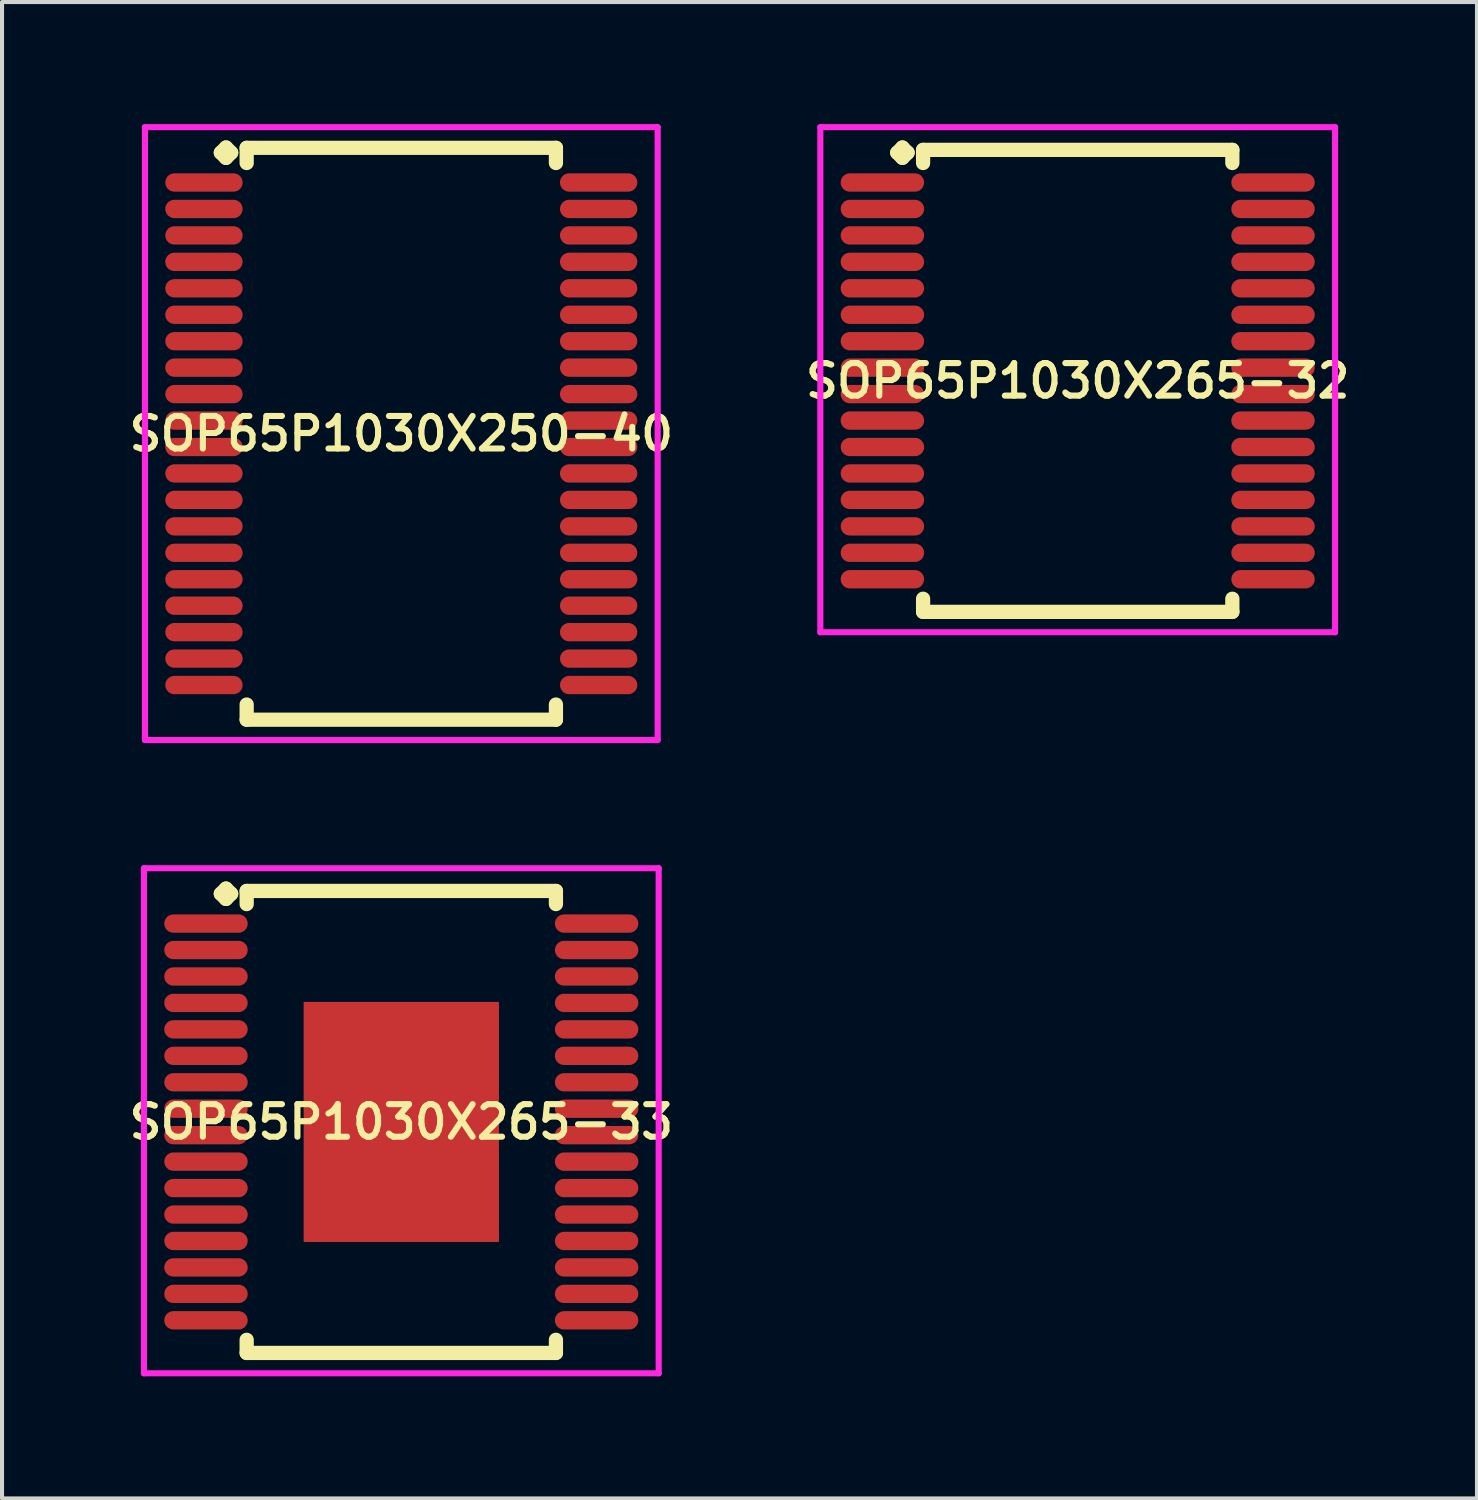
<source format=kicad_pcb>
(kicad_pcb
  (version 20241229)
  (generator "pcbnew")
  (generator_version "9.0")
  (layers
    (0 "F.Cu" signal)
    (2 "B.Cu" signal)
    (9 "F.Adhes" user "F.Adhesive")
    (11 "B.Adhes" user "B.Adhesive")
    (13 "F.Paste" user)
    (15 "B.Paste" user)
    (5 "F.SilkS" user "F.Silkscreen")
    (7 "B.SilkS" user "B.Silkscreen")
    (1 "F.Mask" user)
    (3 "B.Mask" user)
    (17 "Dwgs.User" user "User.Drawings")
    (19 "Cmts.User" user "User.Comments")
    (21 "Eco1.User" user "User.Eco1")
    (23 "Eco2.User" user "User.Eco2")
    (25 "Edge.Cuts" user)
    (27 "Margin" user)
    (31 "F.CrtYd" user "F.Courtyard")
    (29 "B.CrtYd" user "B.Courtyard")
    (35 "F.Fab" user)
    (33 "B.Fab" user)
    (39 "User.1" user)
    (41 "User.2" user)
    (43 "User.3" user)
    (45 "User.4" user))
  (footprint "SOP65P1030X265-33"
    (layer "F.Cu")
    (at 6.812 24.522)
    (property "Reference" "SOP65P1030X265-33" (at 0 0 0) (layer "F.SilkS") (effects (font (size 0.8 0.8) (thickness 0.15))))
    (attr smd)
    (fp_line (start -4.435 -5.608) (end -4.308 -5.735) (stroke (width 0.35) (type solid)) (layer "F.SilkS"))
    (fp_line (start -4.308 -5.735) (end -4.181 -5.608) (stroke (width 0.35) (type solid)) (layer "F.SilkS"))
    (fp_line (start -4.308 -5.481) (end -4.435 -5.608) (stroke (width 0.35) (type solid)) (layer "F.SilkS"))
    (fp_line (start -4.181 -5.608) (end -4.308 -5.481) (stroke (width 0.35) (type solid)) (layer "F.SilkS"))
    (fp_line (start -3.8 -5.677) (end 3.8 -5.677) (stroke (width 0.35) (type solid)) (layer "F.SilkS"))
    (fp_line (start -3.8 -5.354) (end -3.8 -5.677) (stroke (width 0.35) (type solid)) (layer "F.SilkS"))
    (fp_line (start -3.8 5.354) (end -3.8 5.677) (stroke (width 0.35) (type solid)) (layer "F.SilkS"))
    (fp_line (start -3.8 5.677) (end 3.8 5.677) (stroke (width 0.35) (type solid)) (layer "F.SilkS"))
    (fp_line (start 3.8 -5.677) (end 3.8 -5.354) (stroke (width 0.35) (type solid)) (layer "F.SilkS"))
    (fp_line (start 3.8 5.677) (end 3.8 5.354) (stroke (width 0.35) (type solid)) (layer "F.SilkS"))
    (fp_line (start -6.325 -6.235) (end 6.325 -6.235) (stroke (width 0.15) (type solid)) (layer "F.CrtYd"))
    (fp_line (start -6.325 6.177) (end -6.325 -6.235) (stroke (width 0.15) (type solid)) (layer "F.CrtYd"))
    (fp_line (start 6.325 -6.235) (end 6.325 6.177) (stroke (width 0.15) (type solid)) (layer "F.CrtYd"))
    (fp_line (start 6.325 6.177) (end -6.325 6.177) (stroke (width 0.15) (type solid)) (layer "F.CrtYd"))
    (pad "1" smd oval (at -4.8 -4.875) (size 2.05 0.45) (layers "F.Cu" "F.Mask" "F.Paste"))
    (pad "2" smd oval (at -4.8 -4.225) (size 2.05 0.45) (layers "F.Cu" "F.Mask" "F.Paste"))
    (pad "3" smd oval (at -4.8 -3.575) (size 2.05 0.45) (layers "F.Cu" "F.Mask" "F.Paste"))
    (pad "4" smd oval (at -4.8 -2.925) (size 2.05 0.45) (layers "F.Cu" "F.Mask" "F.Paste"))
    (pad "5" smd oval (at -4.8 -2.275) (size 2.05 0.45) (layers "F.Cu" "F.Mask" "F.Paste"))
    (pad "6" smd oval (at -4.8 -1.625) (size 2.05 0.45) (layers "F.Cu" "F.Mask" "F.Paste"))
    (pad "7" smd oval (at -4.8 -0.975) (size 2.05 0.45) (layers "F.Cu" "F.Mask" "F.Paste"))
    (pad "8" smd oval (at -4.8 -0.325) (size 2.05 0.45) (layers "F.Cu" "F.Mask" "F.Paste"))
    (pad "9" smd oval (at -4.8 0.325) (size 2.05 0.45) (layers "F.Cu" "F.Mask" "F.Paste"))
    (pad "10" smd oval (at -4.8 0.975) (size 2.05 0.45) (layers "F.Cu" "F.Mask" "F.Paste"))
    (pad "11" smd oval (at -4.8 1.625) (size 2.05 0.45) (layers "F.Cu" "F.Mask" "F.Paste"))
    (pad "12" smd oval (at -4.8 2.275) (size 2.05 0.45) (layers "F.Cu" "F.Mask" "F.Paste"))
    (pad "13" smd oval (at -4.8 2.925) (size 2.05 0.45) (layers "F.Cu" "F.Mask" "F.Paste"))
    (pad "14" smd oval (at -4.8 3.575) (size 2.05 0.45) (layers "F.Cu" "F.Mask" "F.Paste"))
    (pad "15" smd oval (at -4.8 4.225) (size 2.05 0.45) (layers "F.Cu" "F.Mask" "F.Paste"))
    (pad "16" smd oval (at -4.8 4.875) (size 2.05 0.45) (layers "F.Cu" "F.Mask" "F.Paste"))
    (pad "17" smd oval (at 4.8 4.875) (size 2.05 0.45) (layers "F.Cu" "F.Mask" "F.Paste"))
    (pad "18" smd oval (at 4.8 4.225) (size 2.05 0.45) (layers "F.Cu" "F.Mask" "F.Paste"))
    (pad "19" smd oval (at 4.8 3.575) (size 2.05 0.45) (layers "F.Cu" "F.Mask" "F.Paste"))
    (pad "20" smd oval (at 4.8 2.925) (size 2.05 0.45) (layers "F.Cu" "F.Mask" "F.Paste"))
    (pad "21" smd oval (at 4.8 2.275) (size 2.05 0.45) (layers "F.Cu" "F.Mask" "F.Paste"))
    (pad "22" smd oval (at 4.8 1.625) (size 2.05 0.45) (layers "F.Cu" "F.Mask" "F.Paste"))
    (pad "23" smd oval (at 4.8 0.975) (size 2.05 0.45) (layers "F.Cu" "F.Mask" "F.Paste"))
    (pad "24" smd oval (at 4.8 0.325) (size 2.05 0.45) (layers "F.Cu" "F.Mask" "F.Paste"))
    (pad "25" smd oval (at 4.8 -0.325) (size 2.05 0.45) (layers "F.Cu" "F.Mask" "F.Paste"))
    (pad "26" smd oval (at 4.8 -0.975) (size 2.05 0.45) (layers "F.Cu" "F.Mask" "F.Paste"))
    (pad "27" smd oval (at 4.8 -1.625) (size 2.05 0.45) (layers "F.Cu" "F.Mask" "F.Paste"))
    (pad "28" smd oval (at 4.8 -2.275) (size 2.05 0.45) (layers "F.Cu" "F.Mask" "F.Paste"))
    (pad "29" smd oval (at 4.8 -2.925) (size 2.05 0.45) (layers "F.Cu" "F.Mask" "F.Paste"))
    (pad "30" smd oval (at 4.8 -3.575) (size 2.05 0.45) (layers "F.Cu" "F.Mask" "F.Paste"))
    (pad "31" smd oval (at 4.8 -4.225) (size 2.05 0.45) (layers "F.Cu" "F.Mask" "F.Paste"))
    (pad "32" smd oval (at 4.8 -4.875) (size 2.05 0.45) (layers "F.Cu" "F.Mask" "F.Paste"))
    (pad "33" smd rect (at 0 0) (size 4.8 5.9) (layers "F.Cu" "F.Mask" "F.Paste")))
  (footprint "SOP65P1030X265-32"
    (layer "F.Cu")
    (at 23.435 6.31)
    (property "Reference" "SOP65P1030X265-32" (at 0 0 0) (layer "F.SilkS") (effects (font (size 0.8 0.8) (thickness 0.15))))
    (attr smd)
    (fp_line (start -4.435 -5.608) (end -4.308 -5.735) (stroke (width 0.35) (type solid)) (layer "F.SilkS"))
    (fp_line (start -4.308 -5.735) (end -4.181 -5.608) (stroke (width 0.35) (type solid)) (layer "F.SilkS"))
    (fp_line (start -4.308 -5.481) (end -4.435 -5.608) (stroke (width 0.35) (type solid)) (layer "F.SilkS"))
    (fp_line (start -4.181 -5.608) (end -4.308 -5.481) (stroke (width 0.35) (type solid)) (layer "F.SilkS"))
    (fp_line (start -3.8 -5.677) (end 3.8 -5.677) (stroke (width 0.35) (type solid)) (layer "F.SilkS"))
    (fp_line (start -3.8 -5.354) (end -3.8 -5.677) (stroke (width 0.35) (type solid)) (layer "F.SilkS"))
    (fp_line (start -3.8 5.354) (end -3.8 5.677) (stroke (width 0.35) (type solid)) (layer "F.SilkS"))
    (fp_line (start -3.8 5.677) (end 3.8 5.677) (stroke (width 0.35) (type solid)) (layer "F.SilkS"))
    (fp_line (start 3.8 -5.677) (end 3.8 -5.354) (stroke (width 0.35) (type solid)) (layer "F.SilkS"))
    (fp_line (start 3.8 5.677) (end 3.8 5.354) (stroke (width 0.35) (type solid)) (layer "F.SilkS"))
    (fp_line (start -6.325 -6.235) (end 6.325 -6.235) (stroke (width 0.15) (type solid)) (layer "F.CrtYd"))
    (fp_line (start -6.325 6.177) (end -6.325 -6.235) (stroke (width 0.15) (type solid)) (layer "F.CrtYd"))
    (fp_line (start 6.325 -6.235) (end 6.325 6.177) (stroke (width 0.15) (type solid)) (layer "F.CrtYd"))
    (fp_line (start 6.325 6.177) (end -6.325 6.177) (stroke (width 0.15) (type solid)) (layer "F.CrtYd"))
    (pad "1" smd oval (at -4.8 -4.875) (size 2.05 0.45) (layers "F.Cu" "F.Mask" "F.Paste"))
    (pad "2" smd oval (at -4.8 -4.225) (size 2.05 0.45) (layers "F.Cu" "F.Mask" "F.Paste"))
    (pad "3" smd oval (at -4.8 -3.575) (size 2.05 0.45) (layers "F.Cu" "F.Mask" "F.Paste"))
    (pad "4" smd oval (at -4.8 -2.925) (size 2.05 0.45) (layers "F.Cu" "F.Mask" "F.Paste"))
    (pad "5" smd oval (at -4.8 -2.275) (size 2.05 0.45) (layers "F.Cu" "F.Mask" "F.Paste"))
    (pad "6" smd oval (at -4.8 -1.625) (size 2.05 0.45) (layers "F.Cu" "F.Mask" "F.Paste"))
    (pad "7" smd oval (at -4.8 -0.975) (size 2.05 0.45) (layers "F.Cu" "F.Mask" "F.Paste"))
    (pad "8" smd oval (at -4.8 -0.325) (size 2.05 0.45) (layers "F.Cu" "F.Mask" "F.Paste"))
    (pad "9" smd oval (at -4.8 0.325) (size 2.05 0.45) (layers "F.Cu" "F.Mask" "F.Paste"))
    (pad "10" smd oval (at -4.8 0.975) (size 2.05 0.45) (layers "F.Cu" "F.Mask" "F.Paste"))
    (pad "11" smd oval (at -4.8 1.625) (size 2.05 0.45) (layers "F.Cu" "F.Mask" "F.Paste"))
    (pad "12" smd oval (at -4.8 2.275) (size 2.05 0.45) (layers "F.Cu" "F.Mask" "F.Paste"))
    (pad "13" smd oval (at -4.8 2.925) (size 2.05 0.45) (layers "F.Cu" "F.Mask" "F.Paste"))
    (pad "14" smd oval (at -4.8 3.575) (size 2.05 0.45) (layers "F.Cu" "F.Mask" "F.Paste"))
    (pad "15" smd oval (at -4.8 4.225) (size 2.05 0.45) (layers "F.Cu" "F.Mask" "F.Paste"))
    (pad "16" smd oval (at -4.8 4.875) (size 2.05 0.45) (layers "F.Cu" "F.Mask" "F.Paste"))
    (pad "17" smd oval (at 4.8 4.875) (size 2.05 0.45) (layers "F.Cu" "F.Mask" "F.Paste"))
    (pad "18" smd oval (at 4.8 4.225) (size 2.05 0.45) (layers "F.Cu" "F.Mask" "F.Paste"))
    (pad "19" smd oval (at 4.8 3.575) (size 2.05 0.45) (layers "F.Cu" "F.Mask" "F.Paste"))
    (pad "20" smd oval (at 4.8 2.925) (size 2.05 0.45) (layers "F.Cu" "F.Mask" "F.Paste"))
    (pad "21" smd oval (at 4.8 2.275) (size 2.05 0.45) (layers "F.Cu" "F.Mask" "F.Paste"))
    (pad "22" smd oval (at 4.8 1.625) (size 2.05 0.45) (layers "F.Cu" "F.Mask" "F.Paste"))
    (pad "23" smd oval (at 4.8 0.975) (size 2.05 0.45) (layers "F.Cu" "F.Mask" "F.Paste"))
    (pad "24" smd oval (at 4.8 0.325) (size 2.05 0.45) (layers "F.Cu" "F.Mask" "F.Paste"))
    (pad "25" smd oval (at 4.8 -0.325) (size 2.05 0.45) (layers "F.Cu" "F.Mask" "F.Paste"))
    (pad "26" smd oval (at 4.8 -0.975) (size 2.05 0.45) (layers "F.Cu" "F.Mask" "F.Paste"))
    (pad "27" smd oval (at 4.8 -1.625) (size 2.05 0.45) (layers "F.Cu" "F.Mask" "F.Paste"))
    (pad "28" smd oval (at 4.8 -2.275) (size 2.05 0.45) (layers "F.Cu" "F.Mask" "F.Paste"))
    (pad "29" smd oval (at 4.8 -2.925) (size 2.05 0.45) (layers "F.Cu" "F.Mask" "F.Paste"))
    (pad "30" smd oval (at 4.8 -3.575) (size 2.05 0.45) (layers "F.Cu" "F.Mask" "F.Paste"))
    (pad "31" smd oval (at 4.8 -4.225) (size 2.05 0.45) (layers "F.Cu" "F.Mask" "F.Paste"))
    (pad "32" smd oval (at 4.8 -4.875) (size 2.05 0.45) (layers "F.Cu" "F.Mask" "F.Paste")))
  (footprint "SOP65P1030X250-40"
    (layer "F.Cu")
    (at 6.812 7.61)
    (property "Reference" "SOP65P1030X250-40" (at 0 0 0) (layer "F.SilkS") (effects (font (size 0.8 0.8) (thickness 0.15))))
    (attr smd)
    (fp_line (start -4.435 -6.908) (end -4.308 -7.035) (stroke (width 0.35) (type solid)) (layer "F.SilkS"))
    (fp_line (start -4.308 -7.035) (end -4.181 -6.908) (stroke (width 0.35) (type solid)) (layer "F.SilkS"))
    (fp_line (start -4.308 -6.781) (end -4.435 -6.908) (stroke (width 0.35) (type solid)) (layer "F.SilkS"))
    (fp_line (start -4.181 -6.908) (end -4.308 -6.781) (stroke (width 0.35) (type solid)) (layer "F.SilkS"))
    (fp_line (start -3.8 -7.027) (end 3.8 -7.027) (stroke (width 0.35) (type solid)) (layer "F.SilkS"))
    (fp_line (start -3.8 -6.654) (end -3.8 -7.027) (stroke (width 0.35) (type solid)) (layer "F.SilkS"))
    (fp_line (start -3.8 6.654) (end -3.8 7.027) (stroke (width 0.35) (type solid)) (layer "F.SilkS"))
    (fp_line (start -3.8 7.027) (end 3.8 7.027) (stroke (width 0.35) (type solid)) (layer "F.SilkS"))
    (fp_line (start 3.8 -7.027) (end 3.8 -6.654) (stroke (width 0.35) (type solid)) (layer "F.SilkS"))
    (fp_line (start 3.8 7.027) (end 3.8 6.654) (stroke (width 0.35) (type solid)) (layer "F.SilkS"))
    (fp_line (start -6.3 -7.535) (end 6.3 -7.535) (stroke (width 0.15) (type solid)) (layer "F.CrtYd"))
    (fp_line (start -6.3 7.527) (end -6.3 -7.535) (stroke (width 0.15) (type solid)) (layer "F.CrtYd"))
    (fp_line (start 6.3 -7.535) (end 6.3 7.527) (stroke (width 0.15) (type solid)) (layer "F.CrtYd"))
    (fp_line (start 6.3 7.527) (end -6.3 7.527) (stroke (width 0.15) (type solid)) (layer "F.CrtYd"))
    (pad "1" smd oval (at -4.85 -6.175) (size 1.9 0.45) (layers "F.Cu" "F.Mask" "F.Paste"))
    (pad "2" smd oval (at -4.85 -5.525) (size 1.9 0.45) (layers "F.Cu" "F.Mask" "F.Paste"))
    (pad "3" smd oval (at -4.85 -4.875) (size 1.9 0.45) (layers "F.Cu" "F.Mask" "F.Paste"))
    (pad "4" smd oval (at -4.85 -4.225) (size 1.9 0.45) (layers "F.Cu" "F.Mask" "F.Paste"))
    (pad "5" smd oval (at -4.85 -3.575) (size 1.9 0.45) (layers "F.Cu" "F.Mask" "F.Paste"))
    (pad "6" smd oval (at -4.85 -2.925) (size 1.9 0.45) (layers "F.Cu" "F.Mask" "F.Paste"))
    (pad "7" smd oval (at -4.85 -2.275) (size 1.9 0.45) (layers "F.Cu" "F.Mask" "F.Paste"))
    (pad "8" smd oval (at -4.85 -1.625) (size 1.9 0.45) (layers "F.Cu" "F.Mask" "F.Paste"))
    (pad "9" smd oval (at -4.85 -0.975) (size 1.9 0.45) (layers "F.Cu" "F.Mask" "F.Paste"))
    (pad "10" smd oval (at -4.85 -0.325) (size 1.9 0.45) (layers "F.Cu" "F.Mask" "F.Paste"))
    (pad "11" smd oval (at -4.85 0.325) (size 1.9 0.45) (layers "F.Cu" "F.Mask" "F.Paste"))
    (pad "12" smd oval (at -4.85 0.975) (size 1.9 0.45) (layers "F.Cu" "F.Mask" "F.Paste"))
    (pad "13" smd oval (at -4.85 1.625) (size 1.9 0.45) (layers "F.Cu" "F.Mask" "F.Paste"))
    (pad "14" smd oval (at -4.85 2.275) (size 1.9 0.45) (layers "F.Cu" "F.Mask" "F.Paste"))
    (pad "15" smd oval (at -4.85 2.925) (size 1.9 0.45) (layers "F.Cu" "F.Mask" "F.Paste"))
    (pad "16" smd oval (at -4.85 3.575) (size 1.9 0.45) (layers "F.Cu" "F.Mask" "F.Paste"))
    (pad "17" smd oval (at -4.85 4.225) (size 1.9 0.45) (layers "F.Cu" "F.Mask" "F.Paste"))
    (pad "18" smd oval (at -4.85 4.875) (size 1.9 0.45) (layers "F.Cu" "F.Mask" "F.Paste"))
    (pad "19" smd oval (at -4.85 5.525) (size 1.9 0.45) (layers "F.Cu" "F.Mask" "F.Paste"))
    (pad "20" smd oval (at -4.85 6.175) (size 1.9 0.45) (layers "F.Cu" "F.Mask" "F.Paste"))
    (pad "21" smd oval (at 4.85 6.175) (size 1.9 0.45) (layers "F.Cu" "F.Mask" "F.Paste"))
    (pad "22" smd oval (at 4.85 5.525) (size 1.9 0.45) (layers "F.Cu" "F.Mask" "F.Paste"))
    (pad "23" smd oval (at 4.85 4.875) (size 1.9 0.45) (layers "F.Cu" "F.Mask" "F.Paste"))
    (pad "24" smd oval (at 4.85 4.225) (size 1.9 0.45) (layers "F.Cu" "F.Mask" "F.Paste"))
    (pad "25" smd oval (at 4.85 3.575) (size 1.9 0.45) (layers "F.Cu" "F.Mask" "F.Paste"))
    (pad "26" smd oval (at 4.85 2.925) (size 1.9 0.45) (layers "F.Cu" "F.Mask" "F.Paste"))
    (pad "27" smd oval (at 4.85 2.275) (size 1.9 0.45) (layers "F.Cu" "F.Mask" "F.Paste"))
    (pad "28" smd oval (at 4.85 1.625) (size 1.9 0.45) (layers "F.Cu" "F.Mask" "F.Paste"))
    (pad "29" smd oval (at 4.85 0.975) (size 1.9 0.45) (layers "F.Cu" "F.Mask" "F.Paste"))
    (pad "30" smd oval (at 4.85 0.325) (size 1.9 0.45) (layers "F.Cu" "F.Mask" "F.Paste"))
    (pad "31" smd oval (at 4.85 -0.325) (size 1.9 0.45) (layers "F.Cu" "F.Mask" "F.Paste"))
    (pad "32" smd oval (at 4.85 -0.975) (size 1.9 0.45) (layers "F.Cu" "F.Mask" "F.Paste"))
    (pad "33" smd oval (at 4.85 -1.625) (size 1.9 0.45) (layers "F.Cu" "F.Mask" "F.Paste"))
    (pad "34" smd oval (at 4.85 -2.275) (size 1.9 0.45) (layers "F.Cu" "F.Mask" "F.Paste"))
    (pad "35" smd oval (at 4.85 -2.925) (size 1.9 0.45) (layers "F.Cu" "F.Mask" "F.Paste"))
    (pad "36" smd oval (at 4.85 -3.575) (size 1.9 0.45) (layers "F.Cu" "F.Mask" "F.Paste"))
    (pad "37" smd oval (at 4.85 -4.225) (size 1.9 0.45) (layers "F.Cu" "F.Mask" "F.Paste"))
    (pad "38" smd oval (at 4.85 -4.875) (size 1.9 0.45) (layers "F.Cu" "F.Mask" "F.Paste"))
    (pad "39" smd oval (at 4.85 -5.525) (size 1.9 0.45) (layers "F.Cu" "F.Mask" "F.Paste"))
    (pad "40" smd oval (at 4.85 -6.175) (size 1.9 0.45) (layers "F.Cu" "F.Mask" "F.Paste")))
  (gr_rect
    (start -3 -3)
    (end 33.247 33.774)
    (stroke (width 0.1) (type default))
    (fill no)
    (layer "Edge.Cuts")))
</source>
